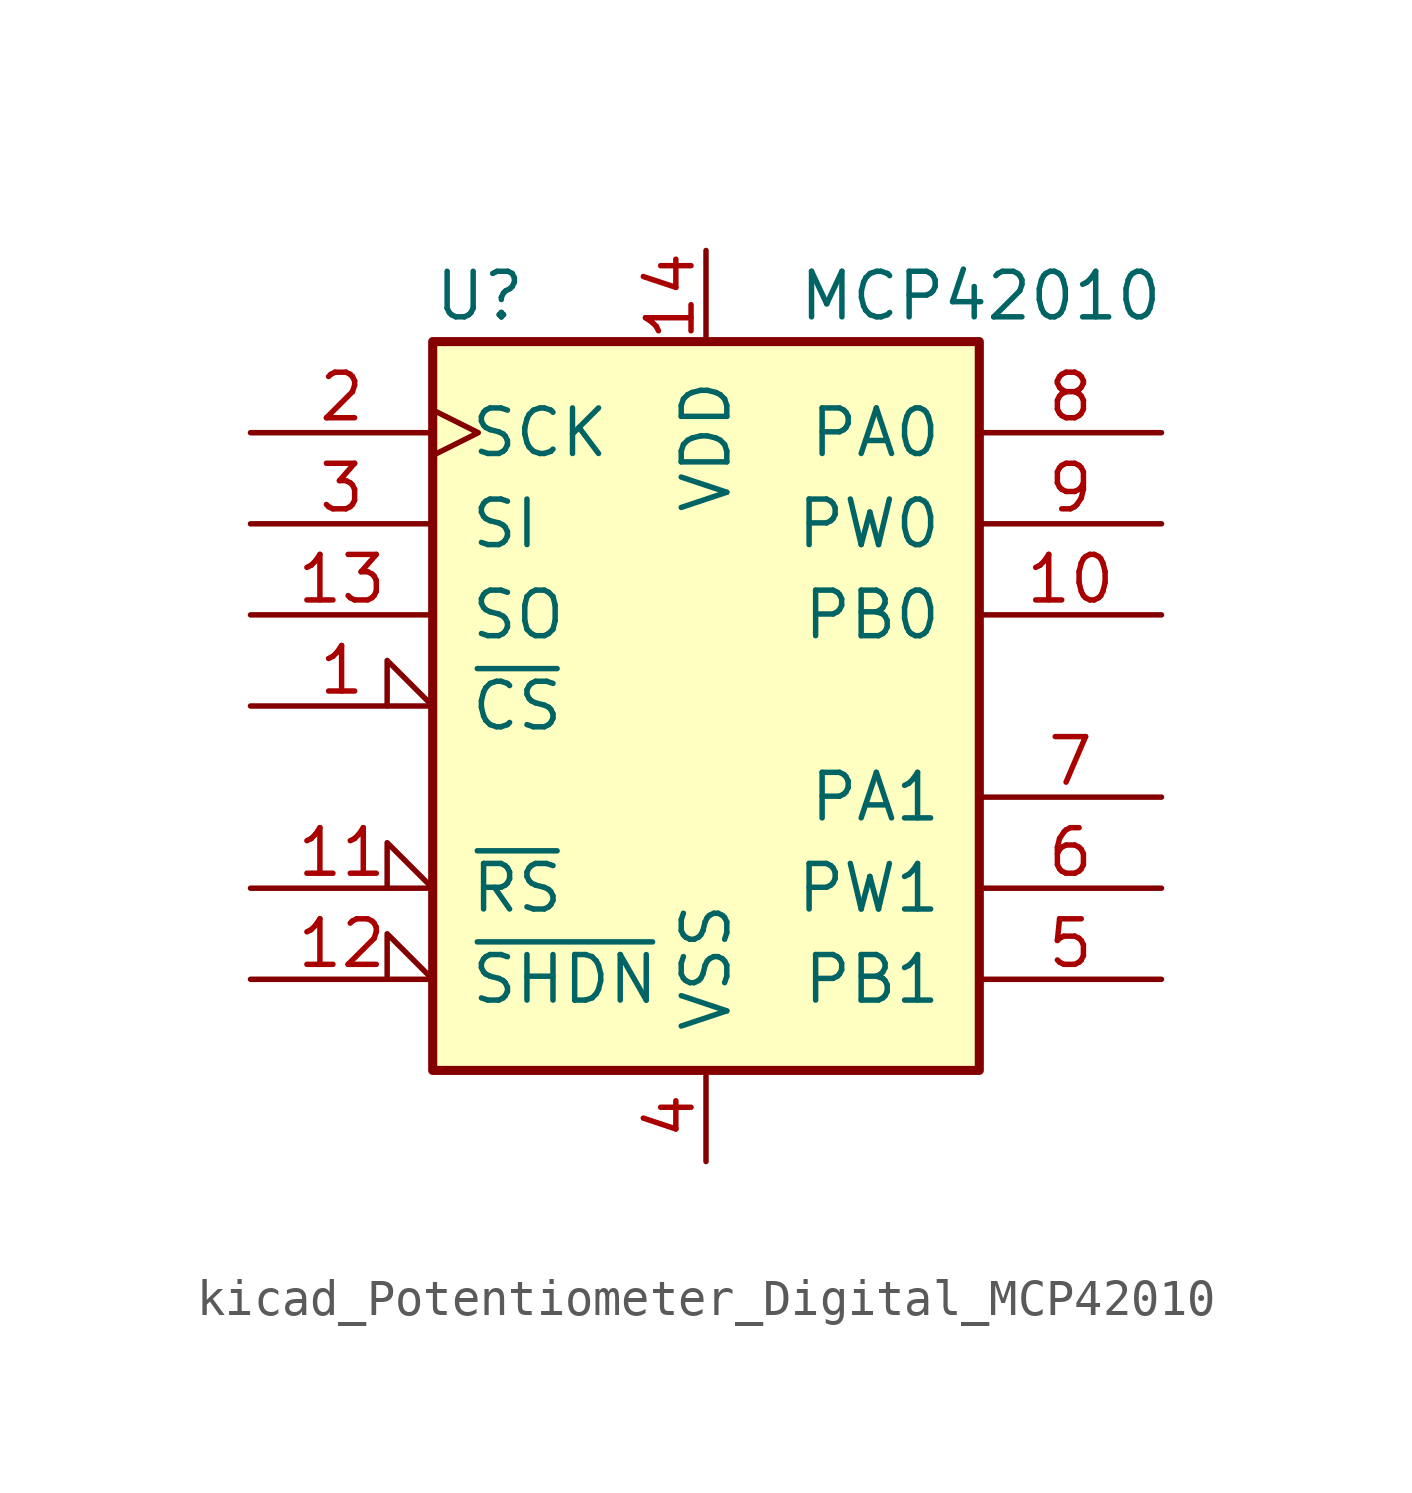
<source format=kicad_sym>
(kicad_symbol_lib
  (version 20220914)
  (generator kicad_symbol_editor)
  (symbol "kicad_Potentiometer_Digital_MCP42010"
    (pin_names
      (offset 1.016))
    (property "Reference" "U"
      (at -7.62 11.43 0)
      (effects (font (size 1.27 1.27)) (justify left)))
    (property "Value" "MCP42010"
      (at 2.54 11.43 0)
      (effects (font (size 1.27 1.27)) (justify left)))
    (symbol "kicad_Potentiometer_Digital_MCP42010_0_1"
      (rectangle (start -7.62 10.16) (end 7.62 -10.16) (stroke (width 0.254) (type default)) (fill (type background))))
    (symbol "kicad_Potentiometer_Digital_MCP42010_1_1"
      (pin input input_low (at -12.7 0 0) (length 5.08) (name "~{CS}" (effects (font (size 1.27 1.27)))) (number "1" (effects (font (size 1.27 1.27)))))
      (pin passive line (at 12.7 2.54 180) (length 5.08) (name "PB0" (effects (font (size 1.27 1.27)))) (number "10" (effects (font (size 1.27 1.27)))))
      (pin input input_low (at -12.7 -5.08 0) (length 5.08) (name "~{RS}" (effects (font (size 1.27 1.27)))) (number "11" (effects (font (size 1.27 1.27)))))
      (pin input input_low (at -12.7 -7.62 0) (length 5.08) (name "~{SHDN}" (effects (font (size 1.27 1.27)))) (number "12" (effects (font (size 1.27 1.27)))))
      (pin output line (at -12.7 2.54 0) (length 5.08) (name "SO" (effects (font (size 1.27 1.27)))) (number "13" (effects (font (size 1.27 1.27)))))
      (pin power_in line (at 0 12.7 270) (length 2.54) (name "VDD" (effects (font (size 1.27 1.27)))) (number "14" (effects (font (size 1.27 1.27)))))
      (pin input clock (at -12.7 7.62 0) (length 5.08) (name "SCK" (effects (font (size 1.27 1.27)))) (number "2" (effects (font (size 1.27 1.27)))))
      (pin input line (at -12.7 5.08 0) (length 5.08) (name "SI" (effects (font (size 1.27 1.27)))) (number "3" (effects (font (size 1.27 1.27)))))
      (pin power_in line (at 0 -12.7 90) (length 2.54) (name "VSS" (effects (font (size 1.27 1.27)))) (number "4" (effects (font (size 1.27 1.27)))))
      (pin passive line (at 12.7 -7.62 180) (length 5.08) (name "PB1" (effects (font (size 1.27 1.27)))) (number "5" (effects (font (size 1.27 1.27)))))
      (pin passive line (at 12.7 -5.08 180) (length 5.08) (name "PW1" (effects (font (size 1.27 1.27)))) (number "6" (effects (font (size 1.27 1.27)))))
      (pin passive line (at 12.7 -2.54 180) (length 5.08) (name "PA1" (effects (font (size 1.27 1.27)))) (number "7" (effects (font (size 1.27 1.27)))))
      (pin passive line (at 12.7 7.62 180) (length 5.08) (name "PA0" (effects (font (size 1.27 1.27)))) (number "8" (effects (font (size 1.27 1.27)))))
      (pin passive line (at 12.7 5.08 180) (length 5.08) (name "PW0" (effects (font (size 1.27 1.27)))) (number "9" (effects (font (size 1.27 1.27))))))))
</source>
